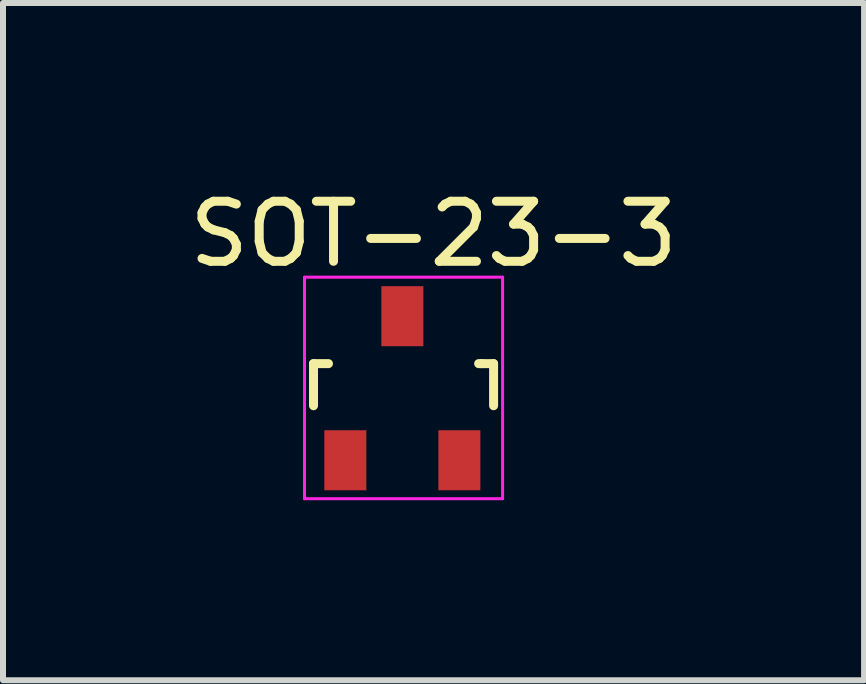
<source format=kicad_pcb>
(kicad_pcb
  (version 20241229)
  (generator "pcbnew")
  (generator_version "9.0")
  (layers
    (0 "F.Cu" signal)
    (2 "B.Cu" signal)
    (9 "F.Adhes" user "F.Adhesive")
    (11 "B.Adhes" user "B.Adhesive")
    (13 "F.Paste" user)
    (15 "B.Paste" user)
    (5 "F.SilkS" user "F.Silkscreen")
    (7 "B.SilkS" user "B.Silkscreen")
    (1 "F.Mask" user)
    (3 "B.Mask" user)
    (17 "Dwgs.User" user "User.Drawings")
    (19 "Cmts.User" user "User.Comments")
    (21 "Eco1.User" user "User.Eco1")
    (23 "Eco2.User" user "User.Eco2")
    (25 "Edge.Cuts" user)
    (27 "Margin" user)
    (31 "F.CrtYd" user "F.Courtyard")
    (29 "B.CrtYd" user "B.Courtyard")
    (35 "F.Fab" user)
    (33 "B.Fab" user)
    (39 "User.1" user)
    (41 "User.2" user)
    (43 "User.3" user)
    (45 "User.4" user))
  (footprint "SOT-23-3"
    (layer "F.Cu")
    (at 3.653 2.218)
    (property "Reference" "SOT-23-3" (at 0.52 -1.37 0) (layer "F.SilkS") (effects (font (size 1 1) (thickness 0.15))))
    (attr smd)
    (fp_line (start -1.48 0.79) (end -1.231 0.79) (stroke (width 0.15) (type solid)) (layer "F.SilkS"))
    (fp_line (start -1.48 1.491) (end -1.48 0.79) (stroke (width 0.15) (type solid)) (layer "F.SilkS"))
    (fp_line (start 1.319 0.79) (end 1.271 0.79) (stroke (width 0.15) (type solid)) (layer "F.SilkS"))
    (fp_line (start 1.319 0.79) (end 1.52 0.79) (stroke (width 0.15) (type solid)) (layer "F.SilkS"))
    (fp_line (start 1.52 0.79) (end 1.52 1.491) (stroke (width 0.15) (type solid)) (layer "F.SilkS"))
    (fp_line (start -1.63 -0.65) (end 1.67 -0.65) (stroke (width 0.05) (type solid)) (layer "F.CrtYd"))
    (fp_line (start -1.63 3.04) (end -1.63 -0.65) (stroke (width 0.05) (type solid)) (layer "F.CrtYd"))
    (fp_line (start 1.67 -0.65) (end 1.67 3.04) (stroke (width 0.05) (type solid)) (layer "F.CrtYd"))
    (fp_line (start 1.67 3.04) (end -1.63 3.04) (stroke (width 0.05) (type solid)) (layer "F.CrtYd"))
    (pad "1" smd rect (at -0.95 2.4) (size 0.7 1) (layers "F.Cu" "F.Mask" "F.Paste"))
    (pad "2" smd rect (at 0.95 2.4) (size 0.7 1) (layers "F.Cu" "F.Mask" "F.Paste"))
    (pad "3" smd rect (at 0 0) (size 0.7 1) (layers "F.Cu" "F.Mask" "F.Paste")))
  (gr_rect
    (start -3 -3)
    (end 11.345 8.283)
    (stroke (width 0.1) (type default))
    (fill no)
    (layer "Edge.Cuts")))
</source>
